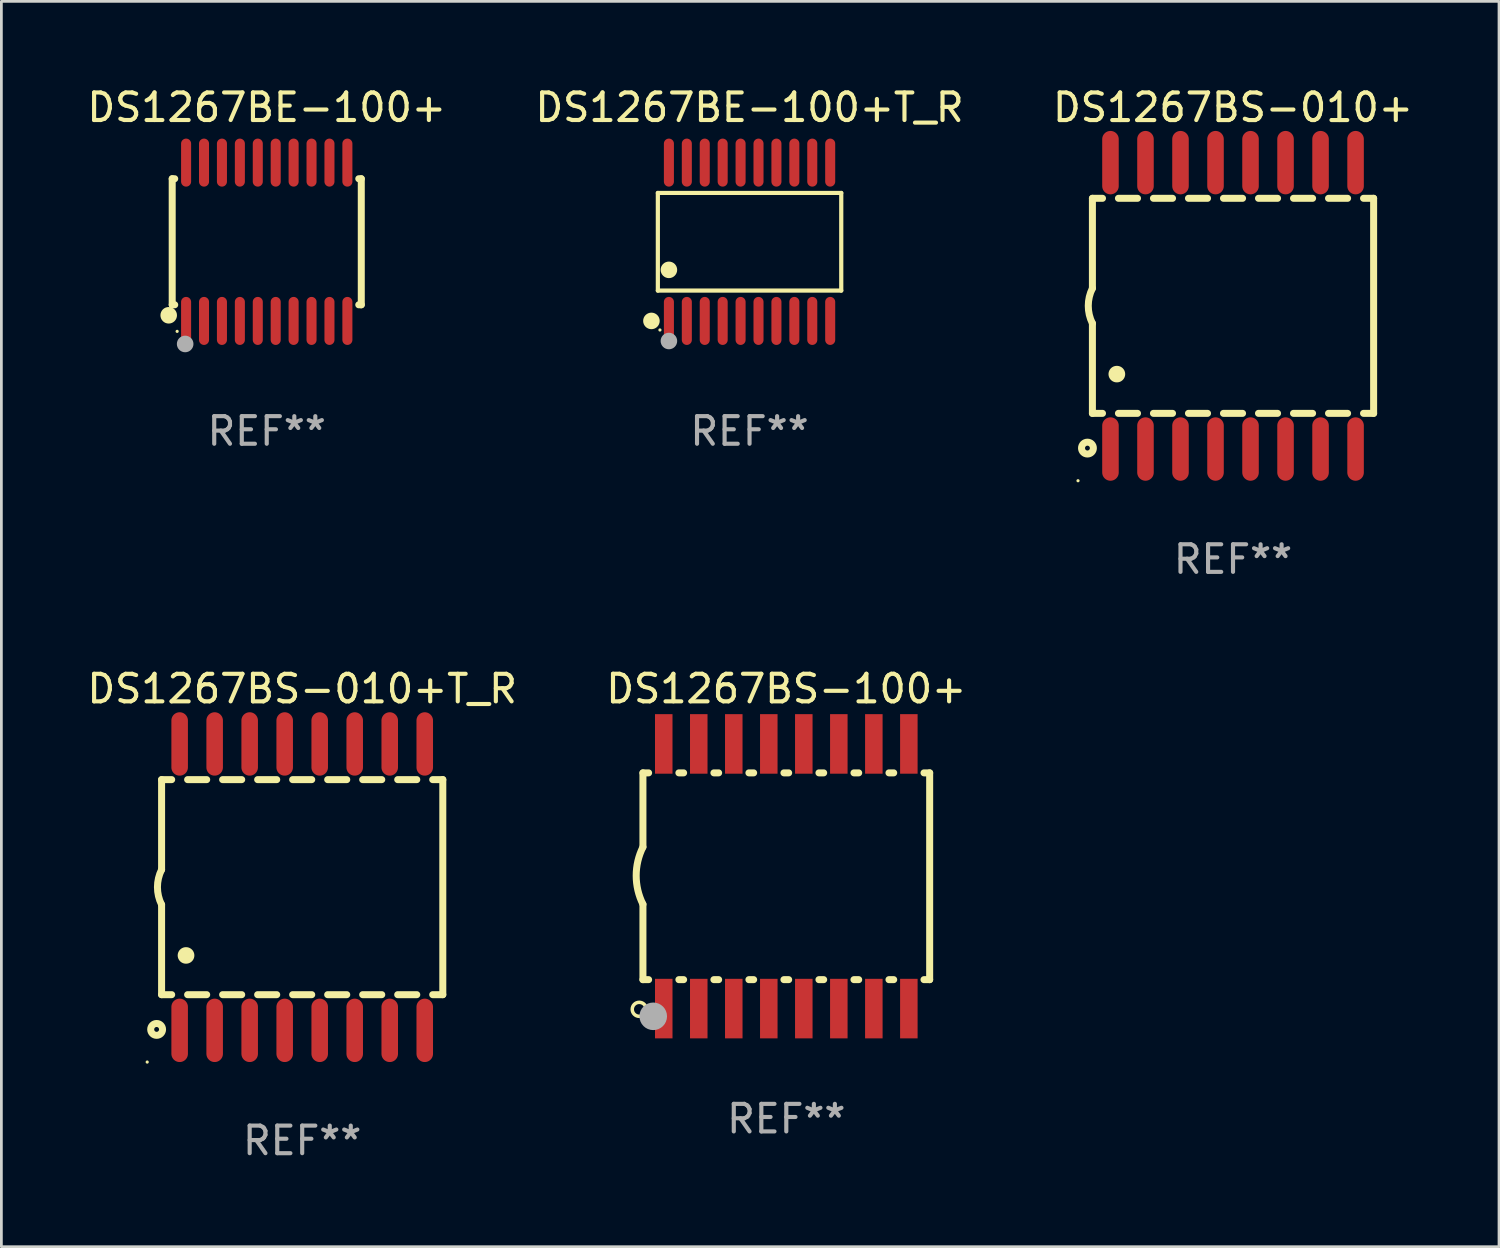
<source format=kicad_pcb>
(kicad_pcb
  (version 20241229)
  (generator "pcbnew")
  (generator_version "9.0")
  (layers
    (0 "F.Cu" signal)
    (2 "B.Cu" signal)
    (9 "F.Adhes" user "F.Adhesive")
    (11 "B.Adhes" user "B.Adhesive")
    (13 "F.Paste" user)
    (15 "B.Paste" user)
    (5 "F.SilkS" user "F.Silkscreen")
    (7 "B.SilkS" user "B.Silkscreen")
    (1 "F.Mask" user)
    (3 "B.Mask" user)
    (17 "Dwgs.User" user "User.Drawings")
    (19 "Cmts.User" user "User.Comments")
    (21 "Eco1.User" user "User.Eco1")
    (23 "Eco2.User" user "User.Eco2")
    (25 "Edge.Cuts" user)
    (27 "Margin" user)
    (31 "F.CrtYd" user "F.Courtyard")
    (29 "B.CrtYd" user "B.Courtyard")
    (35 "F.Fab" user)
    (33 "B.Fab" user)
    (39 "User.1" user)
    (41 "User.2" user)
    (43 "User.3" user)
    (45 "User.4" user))
  (footprint "DS1267BS-010+T_R"
    (layer "F.Cu")
    (at 7.911 29.128)
    (property "Reference" "DS1267BS-010+T_R" (at 0 -7.194 0) (layer "F.SilkS") (effects (font (size 1 1) (thickness 0.15))))
    (attr through_hole)
    (fp_line (start -5.1 -3.9) (end -5.1 -0.635) (stroke (width 0.254) (type solid)) (layer "F.SilkS"))
    (fp_line (start -5.1 -3.9) (end -4.734 -3.9) (stroke (width 0.254) (type solid)) (layer "F.SilkS"))
    (fp_line (start -5.1 3.9) (end -5.1 0.635) (stroke (width 0.254) (type solid)) (layer "F.SilkS"))
    (fp_line (start -5.1 3.9) (end -4.734 3.9) (stroke (width 0.254) (type solid)) (layer "F.SilkS"))
    (fp_line (start -4.156 -3.9) (end -3.464 -3.9) (stroke (width 0.254) (type solid)) (layer "F.SilkS"))
    (fp_line (start -4.156 3.9) (end -3.464 3.9) (stroke (width 0.254) (type solid)) (layer "F.SilkS"))
    (fp_line (start -2.886 -3.9) (end -2.194 -3.9) (stroke (width 0.254) (type solid)) (layer "F.SilkS"))
    (fp_line (start -2.886 3.9) (end -2.194 3.9) (stroke (width 0.254) (type solid)) (layer "F.SilkS"))
    (fp_line (start -1.616 -3.9) (end -0.924 -3.9) (stroke (width 0.254) (type solid)) (layer "F.SilkS"))
    (fp_line (start -1.616 3.9) (end -0.924 3.9) (stroke (width 0.254) (type solid)) (layer "F.SilkS"))
    (fp_line (start -0.346 -3.9) (end 0.346 -3.9) (stroke (width 0.254) (type solid)) (layer "F.SilkS"))
    (fp_line (start -0.346 3.9) (end 0.346 3.9) (stroke (width 0.254) (type solid)) (layer "F.SilkS"))
    (fp_line (start 0.924 -3.9) (end 1.616 -3.9) (stroke (width 0.254) (type solid)) (layer "F.SilkS"))
    (fp_line (start 0.924 3.9) (end 1.616 3.9) (stroke (width 0.254) (type solid)) (layer "F.SilkS"))
    (fp_line (start 2.194 -3.9) (end 2.886 -3.9) (stroke (width 0.254) (type solid)) (layer "F.SilkS"))
    (fp_line (start 2.194 3.9) (end 2.886 3.9) (stroke (width 0.254) (type solid)) (layer "F.SilkS"))
    (fp_line (start 3.464 -3.9) (end 4.156 -3.9) (stroke (width 0.254) (type solid)) (layer "F.SilkS"))
    (fp_line (start 3.464 3.9) (end 4.156 3.9) (stroke (width 0.254) (type solid)) (layer "F.SilkS"))
    (fp_line (start 4.734 -3.9) (end 5.1 -3.9) (stroke (width 0.254) (type solid)) (layer "F.SilkS"))
    (fp_line (start 4.734 3.9) (end 5.1 3.9) (stroke (width 0.254) (type solid)) (layer "F.SilkS"))
    (fp_line (start 5.1 3.9) (end 5.1 -3.9) (stroke (width 0.254) (type solid)) (layer "F.SilkS"))
    (fp_arc (start -5.100343 0.635002) (mid -5.25016 -0.00003) (end -5.100089 -0.635001) (stroke (width 0.254001) (type solid)) (layer "F.SilkS"))
    (fp_arc (start -4.216421 2.476505) (mid -4.213881 2.476494) (end -4.211341 2.476505) (stroke (width 0.6) (type solid)) (layer "F.SilkS"))
    (fp_circle (center -5.622 6.344) (end -5.592 6.344) (stroke (width 0.06) (type solid)) (fill no) (layer "F.SilkS"))
    (fp_circle (center -5.28 5.16) (end -5.065 5.16) (stroke (width 0.254) (type solid)) (fill no) (layer "F.SilkS"))
    (fp_text user "REF**" (at 0 9.194 0) (layer "F.Fab") (effects (font (size 1 1) (thickness 0.15))))
    (pad "1" smd oval (at -4.445 5.194 180) (size 0.6 2.3) (layers "F.Cu" "F.Mask" "F.Paste"))
    (pad "2" smd oval (at -3.175 5.194 180) (size 0.6 2.3) (layers "F.Cu" "F.Mask" "F.Paste"))
    (pad "3" smd oval (at -1.905 5.194 180) (size 0.6 2.3) (layers "F.Cu" "F.Mask" "F.Paste"))
    (pad "4" smd oval (at -0.635 5.194 180) (size 0.6 2.3) (layers "F.Cu" "F.Mask" "F.Paste"))
    (pad "5" smd oval (at 0.635 5.194 180) (size 0.6 2.3) (layers "F.Cu" "F.Mask" "F.Paste"))
    (pad "6" smd oval (at 1.905 5.194 180) (size 0.6 2.3) (layers "F.Cu" "F.Mask" "F.Paste"))
    (pad "7" smd oval (at 3.175 5.194 180) (size 0.6 2.3) (layers "F.Cu" "F.Mask" "F.Paste"))
    (pad "8" smd oval (at 4.445 5.194 180) (size 0.6 2.3) (layers "F.Cu" "F.Mask" "F.Paste"))
    (pad "9" smd oval (at 4.445 -5.194 180) (size 0.6 2.3) (layers "F.Cu" "F.Mask" "F.Paste"))
    (pad "10" smd oval (at 3.175 -5.194 180) (size 0.6 2.3) (layers "F.Cu" "F.Mask" "F.Paste"))
    (pad "11" smd oval (at 1.905 -5.194 180) (size 0.6 2.3) (layers "F.Cu" "F.Mask" "F.Paste"))
    (pad "12" smd oval (at 0.635 -5.194 180) (size 0.6 2.3) (layers "F.Cu" "F.Mask" "F.Paste"))
    (pad "13" smd oval (at -0.635 -5.194 180) (size 0.6 2.3) (layers "F.Cu" "F.Mask" "F.Paste"))
    (pad "14" smd oval (at -1.905 -5.194 180) (size 0.6 2.3) (layers "F.Cu" "F.Mask" "F.Paste"))
    (pad "15" smd oval (at -3.175 -5.194 180) (size 0.6 2.3) (layers "F.Cu" "F.Mask" "F.Paste"))
    (pad "16" smd oval (at -4.445 -5.194 180) (size 0.6 2.3) (layers "F.Cu" "F.Mask" "F.Paste")))
  (footprint "DS1267BS-010+"
    (layer "F.Cu")
    (at 41.673 8.043)
    (property "Reference" "DS1267BS-010+" (at 0 -7.194 0) (layer "F.SilkS") (effects (font (size 1 1) (thickness 0.15))))
    (attr through_hole)
    (fp_line (start -5.1 -3.9) (end -5.1 -0.635) (stroke (width 0.254) (type solid)) (layer "F.SilkS"))
    (fp_line (start -5.1 -3.9) (end -4.734 -3.9) (stroke (width 0.254) (type solid)) (layer "F.SilkS"))
    (fp_line (start -5.1 3.9) (end -5.1 0.635) (stroke (width 0.254) (type solid)) (layer "F.SilkS"))
    (fp_line (start -5.1 3.9) (end -4.734 3.9) (stroke (width 0.254) (type solid)) (layer "F.SilkS"))
    (fp_line (start -4.156 -3.9) (end -3.464 -3.9) (stroke (width 0.254) (type solid)) (layer "F.SilkS"))
    (fp_line (start -4.156 3.9) (end -3.464 3.9) (stroke (width 0.254) (type solid)) (layer "F.SilkS"))
    (fp_line (start -2.886 -3.9) (end -2.194 -3.9) (stroke (width 0.254) (type solid)) (layer "F.SilkS"))
    (fp_line (start -2.886 3.9) (end -2.194 3.9) (stroke (width 0.254) (type solid)) (layer "F.SilkS"))
    (fp_line (start -1.616 -3.9) (end -0.924 -3.9) (stroke (width 0.254) (type solid)) (layer "F.SilkS"))
    (fp_line (start -1.616 3.9) (end -0.924 3.9) (stroke (width 0.254) (type solid)) (layer "F.SilkS"))
    (fp_line (start -0.346 -3.9) (end 0.346 -3.9) (stroke (width 0.254) (type solid)) (layer "F.SilkS"))
    (fp_line (start -0.346 3.9) (end 0.346 3.9) (stroke (width 0.254) (type solid)) (layer "F.SilkS"))
    (fp_line (start 0.924 -3.9) (end 1.616 -3.9) (stroke (width 0.254) (type solid)) (layer "F.SilkS"))
    (fp_line (start 0.924 3.9) (end 1.616 3.9) (stroke (width 0.254) (type solid)) (layer "F.SilkS"))
    (fp_line (start 2.194 -3.9) (end 2.886 -3.9) (stroke (width 0.254) (type solid)) (layer "F.SilkS"))
    (fp_line (start 2.194 3.9) (end 2.886 3.9) (stroke (width 0.254) (type solid)) (layer "F.SilkS"))
    (fp_line (start 3.464 -3.9) (end 4.156 -3.9) (stroke (width 0.254) (type solid)) (layer "F.SilkS"))
    (fp_line (start 3.464 3.9) (end 4.156 3.9) (stroke (width 0.254) (type solid)) (layer "F.SilkS"))
    (fp_line (start 4.734 -3.9) (end 5.1 -3.9) (stroke (width 0.254) (type solid)) (layer "F.SilkS"))
    (fp_line (start 4.734 3.9) (end 5.1 3.9) (stroke (width 0.254) (type solid)) (layer "F.SilkS"))
    (fp_line (start 5.1 3.9) (end 5.1 -3.9) (stroke (width 0.254) (type solid)) (layer "F.SilkS"))
    (fp_arc (start -5.100343 0.635002) (mid -5.25016 -0.00003) (end -5.100089 -0.635001) (stroke (width 0.254001) (type solid)) (layer "F.SilkS"))
    (fp_arc (start -4.216421 2.476505) (mid -4.213881 2.476494) (end -4.211341 2.476505) (stroke (width 0.6) (type solid)) (layer "F.SilkS"))
    (fp_circle (center -5.622 6.344) (end -5.592 6.344) (stroke (width 0.06) (type solid)) (fill no) (layer "F.SilkS"))
    (fp_circle (center -5.28 5.16) (end -5.065 5.16) (stroke (width 0.254) (type solid)) (fill no) (layer "F.SilkS"))
    (fp_text user "REF**" (at 0 9.194 0) (layer "F.Fab") (effects (font (size 1 1) (thickness 0.15))))
    (pad "1" smd oval (at -4.445 5.194 180) (size 0.6 2.3) (layers "F.Cu" "F.Mask" "F.Paste"))
    (pad "2" smd oval (at -3.175 5.194 180) (size 0.6 2.3) (layers "F.Cu" "F.Mask" "F.Paste"))
    (pad "3" smd oval (at -1.905 5.194 180) (size 0.6 2.3) (layers "F.Cu" "F.Mask" "F.Paste"))
    (pad "4" smd oval (at -0.635 5.194 180) (size 0.6 2.3) (layers "F.Cu" "F.Mask" "F.Paste"))
    (pad "5" smd oval (at 0.635 5.194 180) (size 0.6 2.3) (layers "F.Cu" "F.Mask" "F.Paste"))
    (pad "6" smd oval (at 1.905 5.194 180) (size 0.6 2.3) (layers "F.Cu" "F.Mask" "F.Paste"))
    (pad "7" smd oval (at 3.175 5.194 180) (size 0.6 2.3) (layers "F.Cu" "F.Mask" "F.Paste"))
    (pad "8" smd oval (at 4.445 5.194 180) (size 0.6 2.3) (layers "F.Cu" "F.Mask" "F.Paste"))
    (pad "9" smd oval (at 4.445 -5.194 180) (size 0.6 2.3) (layers "F.Cu" "F.Mask" "F.Paste"))
    (pad "10" smd oval (at 3.175 -5.194 180) (size 0.6 2.3) (layers "F.Cu" "F.Mask" "F.Paste"))
    (pad "11" smd oval (at 1.905 -5.194 180) (size 0.6 2.3) (layers "F.Cu" "F.Mask" "F.Paste"))
    (pad "12" smd oval (at 0.635 -5.194 180) (size 0.6 2.3) (layers "F.Cu" "F.Mask" "F.Paste"))
    (pad "13" smd oval (at -0.635 -5.194 180) (size 0.6 2.3) (layers "F.Cu" "F.Mask" "F.Paste"))
    (pad "14" smd oval (at -1.905 -5.194 180) (size 0.6 2.3) (layers "F.Cu" "F.Mask" "F.Paste"))
    (pad "15" smd oval (at -3.175 -5.194 180) (size 0.6 2.3) (layers "F.Cu" "F.Mask" "F.Paste"))
    (pad "16" smd oval (at -4.445 -5.194 180) (size 0.6 2.3) (layers "F.Cu" "F.Mask" "F.Paste")))
  (footprint "DS1267BE-100+T_R"
    (layer "F.Cu")
    (at 24.137 5.719)
    (property "Reference" "DS1267BE-100+T_R" (at 0 -4.871 0) (layer "F.SilkS") (effects (font (size 1 1) (thickness 0.15))))
    (attr through_hole)
    (fp_line (start -3.326 -1.771) (end 3.326 -1.771) (stroke (width 0.152) (type solid)) (layer "F.SilkS"))
    (fp_line (start -3.326 1.771) (end -3.326 -1.771) (stroke (width 0.152) (type solid)) (layer "F.SilkS"))
    (fp_line (start 3.326 -1.771) (end 3.326 1.771) (stroke (width 0.152) (type solid)) (layer "F.SilkS"))
    (fp_line (start 3.326 1.771) (end -3.326 1.771) (stroke (width 0.152) (type solid)) (layer "F.SilkS"))
    (fp_circle (center -3.559 2.871) (end -3.409 2.871) (stroke (width 0.3) (type solid)) (fill no) (layer "F.SilkS"))
    (fp_circle (center -3.25 3.2) (end -3.22 3.2) (stroke (width 0.06) (type solid)) (fill no) (layer "F.SilkS"))
    (fp_circle (center -2.925 1.019) (end -2.775 1.019) (stroke (width 0.3) (type solid)) (fill no) (layer "F.SilkS"))
    (fp_circle (center -2.925 3.6) (end -2.775 3.6) (stroke (width 0.3) (type solid)) (fill no) (layer "F.Fab"))
    (fp_text user "REF**" (at 0 6.871 0) (layer "F.Fab") (effects (font (size 1 1) (thickness 0.15))))
    (pad "1" smd oval (at -2.925 2.871) (size 0.364 1.742) (layers "F.Cu" "F.Mask" "F.Paste"))
    (pad "2" smd oval (at -2.275 2.871) (size 0.364 1.742) (layers "F.Cu" "F.Mask" "F.Paste"))
    (pad "3" smd oval (at -1.625 2.871) (size 0.364 1.742) (layers "F.Cu" "F.Mask" "F.Paste"))
    (pad "4" smd oval (at -0.975 2.871) (size 0.364 1.742) (layers "F.Cu" "F.Mask" "F.Paste"))
    (pad "5" smd oval (at -0.325 2.871) (size 0.364 1.742) (layers "F.Cu" "F.Mask" "F.Paste"))
    (pad "6" smd oval (at 0.325 2.871) (size 0.364 1.742) (layers "F.Cu" "F.Mask" "F.Paste"))
    (pad "7" smd oval (at 0.975 2.871) (size 0.364 1.742) (layers "F.Cu" "F.Mask" "F.Paste"))
    (pad "8" smd oval (at 1.625 2.871) (size 0.364 1.742) (layers "F.Cu" "F.Mask" "F.Paste"))
    (pad "9" smd oval (at 2.275 2.871) (size 0.364 1.742) (layers "F.Cu" "F.Mask" "F.Paste"))
    (pad "10" smd oval (at 2.925 2.871) (size 0.364 1.742) (layers "F.Cu" "F.Mask" "F.Paste"))
    (pad "11" smd oval (at 2.925 -2.871) (size 0.364 1.742) (layers "F.Cu" "F.Mask" "F.Paste"))
    (pad "12" smd oval (at 2.275 -2.871) (size 0.364 1.742) (layers "F.Cu" "F.Mask" "F.Paste"))
    (pad "13" smd oval (at 1.625 -2.871) (size 0.364 1.742) (layers "F.Cu" "F.Mask" "F.Paste"))
    (pad "14" smd oval (at 0.975 -2.871) (size 0.364 1.742) (layers "F.Cu" "F.Mask" "F.Paste"))
    (pad "15" smd oval (at 0.325 -2.871) (size 0.364 1.742) (layers "F.Cu" "F.Mask" "F.Paste"))
    (pad "16" smd oval (at -0.325 -2.871) (size 0.364 1.742) (layers "F.Cu" "F.Mask" "F.Paste"))
    (pad "17" smd oval (at -0.975 -2.871) (size 0.364 1.742) (layers "F.Cu" "F.Mask" "F.Paste"))
    (pad "18" smd oval (at -1.625 -2.871) (size 0.364 1.742) (layers "F.Cu" "F.Mask" "F.Paste"))
    (pad "19" smd oval (at -2.275 -2.871) (size 0.364 1.742) (layers "F.Cu" "F.Mask" "F.Paste"))
    (pad "20" smd oval (at -2.925 -2.871) (size 0.364 1.742) (layers "F.Cu" "F.Mask" "F.Paste")))
  (footprint "DS1267BE-100+"
    (layer "F.Cu")
    (at 6.625 5.719)
    (property "Reference" "DS1267BE-100+" (at 0 -4.871 0) (layer "F.SilkS") (effects (font (size 1 1) (thickness 0.15))))
    (attr through_hole)
    (fp_line (start -3.429 -2.286) (end -3.429 2.286) (stroke (width 0.254) (type solid)) (layer "F.SilkS"))
    (fp_line (start -3.429 2.286) (end -3.338 2.286) (stroke (width 0.254) (type solid)) (layer "F.SilkS"))
    (fp_line (start -3.338 -2.286) (end -3.429 -2.286) (stroke (width 0.254) (type solid)) (layer "F.SilkS"))
    (fp_line (start 3.338 -2.286) (end 3.429 -2.286) (stroke (width 0.254) (type solid)) (layer "F.SilkS"))
    (fp_line (start 3.429 -2.286) (end 3.429 2.286) (stroke (width 0.254) (type solid)) (layer "F.SilkS"))
    (fp_line (start 3.429 2.286) (end 3.338 2.286) (stroke (width 0.254) (type solid)) (layer "F.SilkS"))
    (fp_circle (center -3.556 2.667) (end -3.406 2.667) (stroke (width 0.3) (type solid)) (fill no) (layer "F.SilkS"))
    (fp_circle (center -3.25 3.25) (end -3.22 3.25) (stroke (width 0.06) (type solid)) (fill no) (layer "F.SilkS"))
    (fp_circle (center -2.959 3.707) (end -2.808 3.707) (stroke (width 0.3) (type solid)) (fill no) (layer "F.Fab"))
    (fp_text user "REF**" (at 0 6.871 0) (layer "F.Fab") (effects (font (size 1 1) (thickness 0.15))))
    (pad "1" smd oval (at -2.925 2.871) (size 0.364 1.742) (layers "F.Cu" "F.Mask" "F.Paste"))
    (pad "2" smd oval (at -2.275 2.871) (size 0.364 1.742) (layers "F.Cu" "F.Mask" "F.Paste"))
    (pad "3" smd oval (at -1.625 2.871) (size 0.364 1.742) (layers "F.Cu" "F.Mask" "F.Paste"))
    (pad "4" smd oval (at -0.975 2.871) (size 0.364 1.742) (layers "F.Cu" "F.Mask" "F.Paste"))
    (pad "5" smd oval (at -0.325 2.871) (size 0.364 1.742) (layers "F.Cu" "F.Mask" "F.Paste"))
    (pad "6" smd oval (at 0.325 2.871) (size 0.364 1.742) (layers "F.Cu" "F.Mask" "F.Paste"))
    (pad "7" smd oval (at 0.975 2.871) (size 0.364 1.742) (layers "F.Cu" "F.Mask" "F.Paste"))
    (pad "8" smd oval (at 1.625 2.871) (size 0.364 1.742) (layers "F.Cu" "F.Mask" "F.Paste"))
    (pad "9" smd oval (at 2.275 2.871) (size 0.364 1.742) (layers "F.Cu" "F.Mask" "F.Paste"))
    (pad "10" smd oval (at 2.925 2.871) (size 0.364 1.742) (layers "F.Cu" "F.Mask" "F.Paste"))
    (pad "11" smd oval (at 2.925 -2.871) (size 0.364 1.742) (layers "F.Cu" "F.Mask" "F.Paste"))
    (pad "12" smd oval (at 2.275 -2.871) (size 0.364 1.742) (layers "F.Cu" "F.Mask" "F.Paste"))
    (pad "13" smd oval (at 1.625 -2.871) (size 0.364 1.742) (layers "F.Cu" "F.Mask" "F.Paste"))
    (pad "14" smd oval (at 0.975 -2.871) (size 0.364 1.742) (layers "F.Cu" "F.Mask" "F.Paste"))
    (pad "15" smd oval (at 0.325 -2.871) (size 0.364 1.742) (layers "F.Cu" "F.Mask" "F.Paste"))
    (pad "16" smd oval (at -0.325 -2.871) (size 0.364 1.742) (layers "F.Cu" "F.Mask" "F.Paste"))
    (pad "17" smd oval (at -0.975 -2.871) (size 0.364 1.742) (layers "F.Cu" "F.Mask" "F.Paste"))
    (pad "18" smd oval (at -1.625 -2.871) (size 0.364 1.742) (layers "F.Cu" "F.Mask" "F.Paste"))
    (pad "19" smd oval (at -2.275 -2.871) (size 0.364 1.742) (layers "F.Cu" "F.Mask" "F.Paste"))
    (pad "20" smd oval (at -2.925 -2.871) (size 0.364 1.742) (layers "F.Cu" "F.Mask" "F.Paste")))
  (footprint "DS1267BS-100+"
    (layer "F.Cu")
    (at 25.47 28.733)
    (property "Reference" "DS1267BS-100+" (at 0 -6.8 0) (layer "F.SilkS") (effects (font (size 1 1) (thickness 0.15))))
    (attr through_hole)
    (fp_line (start -5.2 -3.75) (end -5.2 -1.06) (stroke (width 0.254) (type solid)) (layer "F.SilkS"))
    (fp_line (start -5.2 -3.75) (end -4.994 -3.75) (stroke (width 0.254) (type solid)) (layer "F.SilkS"))
    (fp_line (start -5.2 3.75) (end -5.2 1.016) (stroke (width 0.254) (type solid)) (layer "F.SilkS"))
    (fp_line (start -5.2 3.75) (end -4.994 3.75) (stroke (width 0.254) (type solid)) (layer "F.SilkS"))
    (fp_line (start -3.896 -3.75) (end -3.724 -3.75) (stroke (width 0.254) (type solid)) (layer "F.SilkS"))
    (fp_line (start -3.896 3.75) (end -3.724 3.75) (stroke (width 0.254) (type solid)) (layer "F.SilkS"))
    (fp_line (start -2.626 -3.75) (end -2.454 -3.75) (stroke (width 0.254) (type solid)) (layer "F.SilkS"))
    (fp_line (start -2.626 3.75) (end -2.454 3.75) (stroke (width 0.254) (type solid)) (layer "F.SilkS"))
    (fp_line (start -1.356 -3.75) (end -1.184 -3.75) (stroke (width 0.254) (type solid)) (layer "F.SilkS"))
    (fp_line (start -1.356 3.75) (end -1.184 3.75) (stroke (width 0.254) (type solid)) (layer "F.SilkS"))
    (fp_line (start -0.086 -3.75) (end 0.086 -3.75) (stroke (width 0.254) (type solid)) (layer "F.SilkS"))
    (fp_line (start -0.086 3.75) (end 0.086 3.75) (stroke (width 0.254) (type solid)) (layer "F.SilkS"))
    (fp_line (start 1.184 -3.75) (end 1.356 -3.75) (stroke (width 0.254) (type solid)) (layer "F.SilkS"))
    (fp_line (start 1.184 3.75) (end 1.356 3.75) (stroke (width 0.254) (type solid)) (layer "F.SilkS"))
    (fp_line (start 2.454 -3.75) (end 2.626 -3.75) (stroke (width 0.254) (type solid)) (layer "F.SilkS"))
    (fp_line (start 2.454 3.75) (end 2.626 3.75) (stroke (width 0.254) (type solid)) (layer "F.SilkS"))
    (fp_line (start 3.724 -3.75) (end 3.896 -3.75) (stroke (width 0.254) (type solid)) (layer "F.SilkS"))
    (fp_line (start 3.724 3.75) (end 3.896 3.75) (stroke (width 0.254) (type solid)) (layer "F.SilkS"))
    (fp_line (start 4.994 -3.75) (end 5.2 -3.75) (stroke (width 0.254) (type solid)) (layer "F.SilkS"))
    (fp_line (start 4.994 3.75) (end 5.2 3.75) (stroke (width 0.254) (type solid)) (layer "F.SilkS"))
    (fp_line (start 5.2 3.75) (end 5.2 -3.75) (stroke (width 0.254) (type solid)) (layer "F.SilkS"))
    (fp_arc (start -5.199391 1.016002) (mid -5.444637 -0.021925) (end -5.2 -1.059995) (stroke (width 0.254001) (type solid)) (layer "F.SilkS"))
    (fp_circle (center -5.334 4.826) (end -5.08 4.826) (stroke (width 0.127) (type solid)) (fill no) (layer "F.SilkS"))
    (fp_circle (center -5.15 5.15) (end -5.12 5.15) (stroke (width 0.06) (type solid)) (fill no) (layer "F.SilkS"))
    (fp_circle (center -4.826 5.08) (end -4.576 5.08) (stroke (width 0.5) (type solid)) (fill no) (layer "F.Fab"))
    (fp_text user "REF**" (at 0 8.8 0) (layer "F.Fab") (effects (font (size 1 1) (thickness 0.15))))
    (pad "1" smd rect (at -4.445 4.8) (size 0.635 2.16) (layers "F.Cu" "F.Mask" "F.Paste"))
    (pad "2" smd rect (at -3.175 4.8) (size 0.635 2.16) (layers "F.Cu" "F.Mask" "F.Paste"))
    (pad "3" smd rect (at -1.905 4.8) (size 0.635 2.16) (layers "F.Cu" "F.Mask" "F.Paste"))
    (pad "4" smd rect (at -0.635 4.8) (size 0.635 2.16) (layers "F.Cu" "F.Mask" "F.Paste"))
    (pad "5" smd rect (at 0.635 4.8) (size 0.635 2.16) (layers "F.Cu" "F.Mask" "F.Paste"))
    (pad "6" smd rect (at 1.905 4.8) (size 0.635 2.16) (layers "F.Cu" "F.Mask" "F.Paste"))
    (pad "7" smd rect (at 3.175 4.8) (size 0.635 2.16) (layers "F.Cu" "F.Mask" "F.Paste"))
    (pad "8" smd rect (at 4.445 4.8) (size 0.635 2.16) (layers "F.Cu" "F.Mask" "F.Paste"))
    (pad "9" smd rect (at 4.445 -4.8) (size 0.635 2.16) (layers "F.Cu" "F.Mask" "F.Paste"))
    (pad "10" smd rect (at 3.175 -4.8) (size 0.635 2.16) (layers "F.Cu" "F.Mask" "F.Paste"))
    (pad "11" smd rect (at 1.905 -4.8) (size 0.635 2.16) (layers "F.Cu" "F.Mask" "F.Paste"))
    (pad "12" smd rect (at 0.635 -4.8) (size 0.635 2.16) (layers "F.Cu" "F.Mask" "F.Paste"))
    (pad "13" smd rect (at -0.635 -4.8) (size 0.635 2.16) (layers "F.Cu" "F.Mask" "F.Paste"))
    (pad "14" smd rect (at -1.905 -4.8) (size 0.635 2.16) (layers "F.Cu" "F.Mask" "F.Paste"))
    (pad "15" smd rect (at -3.175 -4.8) (size 0.635 2.16) (layers "F.Cu" "F.Mask" "F.Paste"))
    (pad "16" smd rect (at -4.445 -4.8) (size 0.635 2.16) (layers "F.Cu" "F.Mask" "F.Paste")))
  (gr_rect
    (start -3 -3)
    (end 51.321 42.17)
    (stroke (width 0.1) (type default))
    (fill no)
    (layer "Edge.Cuts")))
</source>
